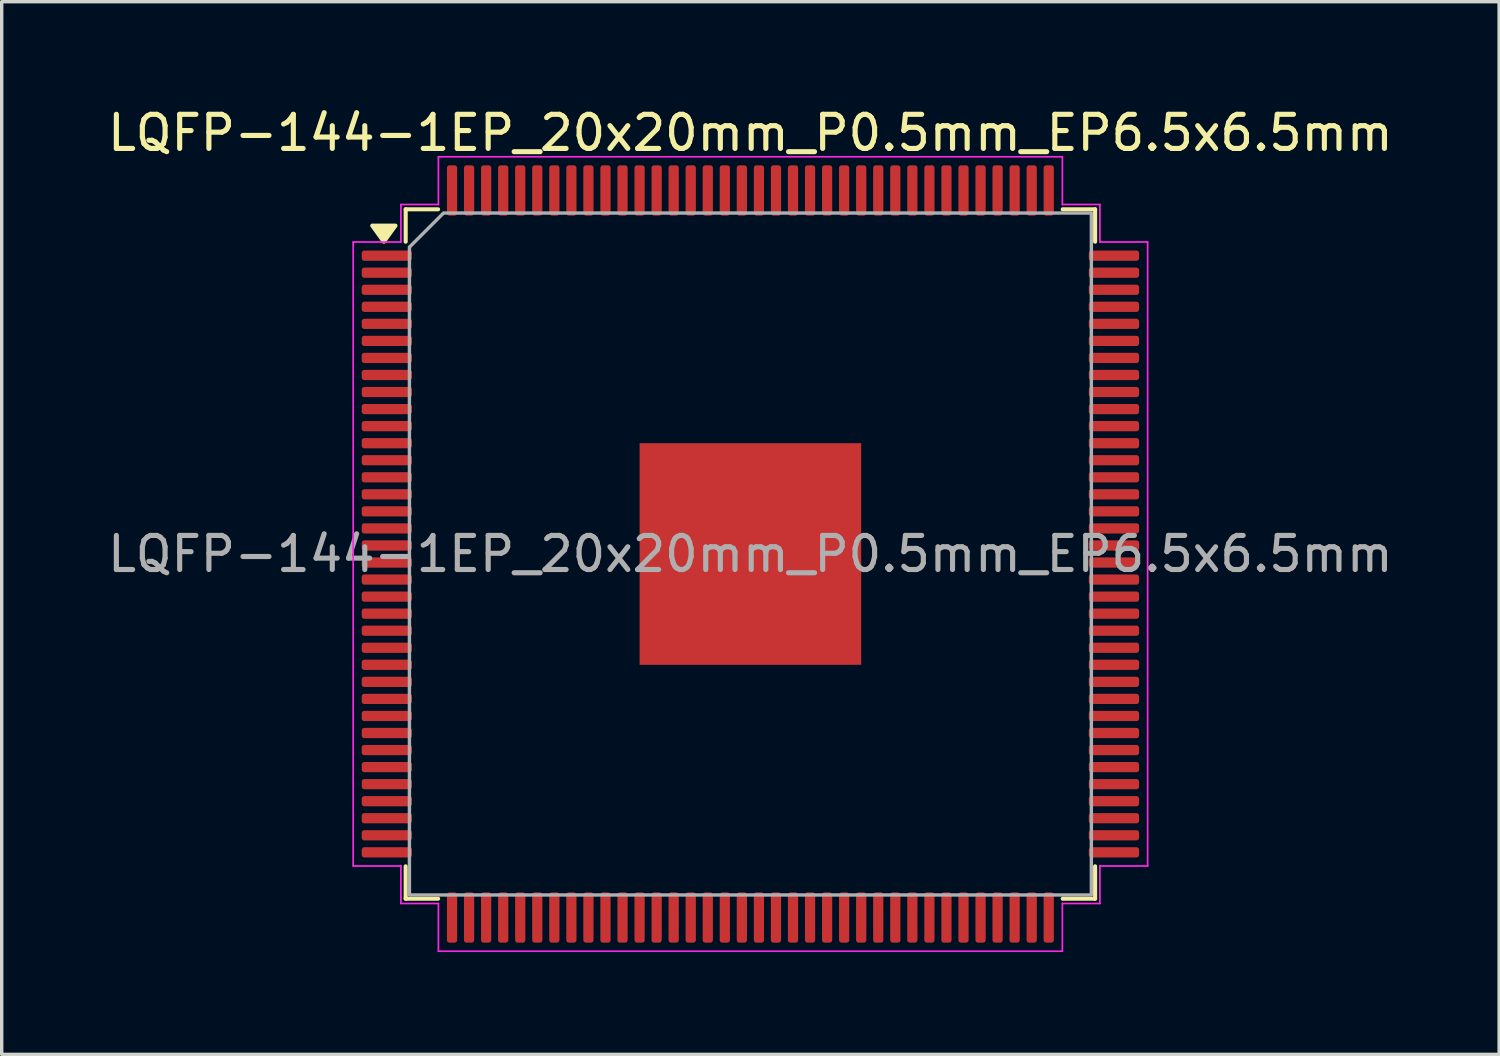
<source format=kicad_pcb>
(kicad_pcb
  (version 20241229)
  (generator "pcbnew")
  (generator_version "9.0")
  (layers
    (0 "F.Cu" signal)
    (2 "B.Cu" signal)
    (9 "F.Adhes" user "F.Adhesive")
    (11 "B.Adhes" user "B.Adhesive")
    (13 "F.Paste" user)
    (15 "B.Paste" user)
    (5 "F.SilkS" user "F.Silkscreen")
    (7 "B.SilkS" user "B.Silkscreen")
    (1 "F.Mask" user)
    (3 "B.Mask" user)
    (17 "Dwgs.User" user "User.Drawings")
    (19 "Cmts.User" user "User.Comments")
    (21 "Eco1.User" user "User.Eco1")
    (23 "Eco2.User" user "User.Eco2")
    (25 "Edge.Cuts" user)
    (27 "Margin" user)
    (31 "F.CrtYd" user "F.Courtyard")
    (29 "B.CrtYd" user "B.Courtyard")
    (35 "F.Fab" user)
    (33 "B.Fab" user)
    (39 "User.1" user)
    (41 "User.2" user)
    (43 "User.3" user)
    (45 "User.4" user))
  (footprint "LQFP-144-1EP_20x20mm_P0.5mm_EP6.5x6.5mm"
    (layer "F.Cu")
    (at 18.958 13.198)
    (property "Reference" "LQFP-144-1EP_20x20mm_P0.5mm_EP6.5x6.5mm" (at 0 -12.35 0) (layer "F.SilkS") (effects (font (size 1 1) (thickness 0.15))))
    (attr smd)
    (fp_line (start -10.11 -10.11) (end -9.16 -10.11) (stroke (width 0.12) (type solid)) (layer "F.SilkS"))
    (fp_line (start -10.11 -9.16) (end -10.11 -10.11) (stroke (width 0.12) (type solid)) (layer "F.SilkS"))
    (fp_line (start -10.11 10.11) (end -10.11 9.16) (stroke (width 0.12) (type solid)) (layer "F.SilkS"))
    (fp_line (start -9.16 10.11) (end -10.11 10.11) (stroke (width 0.12) (type solid)) (layer "F.SilkS"))
    (fp_line (start 9.16 -10.11) (end 10.11 -10.11) (stroke (width 0.12) (type solid)) (layer "F.SilkS"))
    (fp_line (start 10.11 -10.11) (end 10.11 -9.16) (stroke (width 0.12) (type solid)) (layer "F.SilkS"))
    (fp_line (start 10.11 9.16) (end 10.11 10.11) (stroke (width 0.12) (type solid)) (layer "F.SilkS"))
    (fp_line (start 10.11 10.11) (end 9.16 10.11) (stroke (width 0.12) (type solid)) (layer "F.SilkS"))
    (fp_poly (pts (xy -10.75 -9.16) (xy -11.09 -9.63) (xy -10.41 -9.63)) (stroke (width 0.12) (type solid)) (fill yes) (layer "F.SilkS"))
    (fp_line (start -11.65 -9.15) (end -10.25 -9.15) (stroke (width 0.05) (type solid)) (layer "F.CrtYd"))
    (fp_line (start -11.65 9.15) (end -11.65 -9.15) (stroke (width 0.05) (type solid)) (layer "F.CrtYd"))
    (fp_line (start -10.25 -10.25) (end -9.15 -10.25) (stroke (width 0.05) (type solid)) (layer "F.CrtYd"))
    (fp_line (start -10.25 -9.15) (end -10.25 -10.25) (stroke (width 0.05) (type solid)) (layer "F.CrtYd"))
    (fp_line (start -10.25 9.15) (end -11.65 9.15) (stroke (width 0.05) (type solid)) (layer "F.CrtYd"))
    (fp_line (start -10.25 10.25) (end -10.25 9.15) (stroke (width 0.05) (type solid)) (layer "F.CrtYd"))
    (fp_line (start -9.15 -11.65) (end 9.15 -11.65) (stroke (width 0.05) (type solid)) (layer "F.CrtYd"))
    (fp_line (start -9.15 -10.25) (end -9.15 -11.65) (stroke (width 0.05) (type solid)) (layer "F.CrtYd"))
    (fp_line (start -9.15 10.25) (end -10.25 10.25) (stroke (width 0.05) (type solid)) (layer "F.CrtYd"))
    (fp_line (start -9.15 11.65) (end -9.15 10.25) (stroke (width 0.05) (type solid)) (layer "F.CrtYd"))
    (fp_line (start 9.15 -11.65) (end 9.15 -10.25) (stroke (width 0.05) (type solid)) (layer "F.CrtYd"))
    (fp_line (start 9.15 -10.25) (end 10.25 -10.25) (stroke (width 0.05) (type solid)) (layer "F.CrtYd"))
    (fp_line (start 9.15 10.25) (end 9.15 11.65) (stroke (width 0.05) (type solid)) (layer "F.CrtYd"))
    (fp_line (start 9.15 11.65) (end -9.15 11.65) (stroke (width 0.05) (type solid)) (layer "F.CrtYd"))
    (fp_line (start 10.25 -10.25) (end 10.25 -9.15) (stroke (width 0.05) (type solid)) (layer "F.CrtYd"))
    (fp_line (start 10.25 -9.15) (end 11.65 -9.15) (stroke (width 0.05) (type solid)) (layer "F.CrtYd"))
    (fp_line (start 10.25 9.15) (end 10.25 10.25) (stroke (width 0.05) (type solid)) (layer "F.CrtYd"))
    (fp_line (start 10.25 10.25) (end 9.15 10.25) (stroke (width 0.05) (type solid)) (layer "F.CrtYd"))
    (fp_line (start 11.65 -9.15) (end 11.65 9.15) (stroke (width 0.05) (type solid)) (layer "F.CrtYd"))
    (fp_line (start 11.65 9.15) (end 10.25 9.15) (stroke (width 0.05) (type solid)) (layer "F.CrtYd"))
    (fp_poly (pts (xy -10 -9) (xy -10 10) (xy 10 10) (xy 10 -10) (xy -9 -10)) (stroke (width 0.1) (type solid)) (fill no) (layer "F.Fab"))
    (fp_text user "${REFERENCE}" (at 0 0 0) (layer "F.Fab") (effects (font (size 1 1) (thickness 0.15))))
    (pad "" smd roundrect (at -2.17 -2.17) (size 1.75 1.75) (layers "F.Paste") (roundrect_rratio 0.143))
    (pad "" smd roundrect (at -2.17 0) (size 1.75 1.75) (layers "F.Paste") (roundrect_rratio 0.143))
    (pad "" smd roundrect (at -2.17 2.17) (size 1.75 1.75) (layers "F.Paste") (roundrect_rratio 0.143))
    (pad "" smd roundrect (at 0 -2.17) (size 1.75 1.75) (layers "F.Paste") (roundrect_rratio 0.143))
    (pad "" smd roundrect (at 0 0) (size 1.75 1.75) (layers "F.Paste") (roundrect_rratio 0.143))
    (pad "" smd roundrect (at 0 2.17) (size 1.75 1.75) (layers "F.Paste") (roundrect_rratio 0.143))
    (pad "" smd roundrect (at 2.17 -2.17) (size 1.75 1.75) (layers "F.Paste") (roundrect_rratio 0.143))
    (pad "" smd roundrect (at 2.17 0) (size 1.75 1.75) (layers "F.Paste") (roundrect_rratio 0.143))
    (pad "" smd roundrect (at 2.17 2.17) (size 1.75 1.75) (layers "F.Paste") (roundrect_rratio 0.143))
    (pad "1" smd roundrect (at -10.662 -8.75) (size 1.475 0.3) (layers "F.Cu" "F.Mask" "F.Paste") (roundrect_rratio 0.25))
    (pad "2" smd roundrect (at -10.662 -8.25) (size 1.475 0.3) (layers "F.Cu" "F.Mask" "F.Paste") (roundrect_rratio 0.25))
    (pad "3" smd roundrect (at -10.662 -7.75) (size 1.475 0.3) (layers "F.Cu" "F.Mask" "F.Paste") (roundrect_rratio 0.25))
    (pad "4" smd roundrect (at -10.662 -7.25) (size 1.475 0.3) (layers "F.Cu" "F.Mask" "F.Paste") (roundrect_rratio 0.25))
    (pad "5" smd roundrect (at -10.662 -6.75) (size 1.475 0.3) (layers "F.Cu" "F.Mask" "F.Paste") (roundrect_rratio 0.25))
    (pad "6" smd roundrect (at -10.662 -6.25) (size 1.475 0.3) (layers "F.Cu" "F.Mask" "F.Paste") (roundrect_rratio 0.25))
    (pad "7" smd roundrect (at -10.662 -5.75) (size 1.475 0.3) (layers "F.Cu" "F.Mask" "F.Paste") (roundrect_rratio 0.25))
    (pad "8" smd roundrect (at -10.662 -5.25) (size 1.475 0.3) (layers "F.Cu" "F.Mask" "F.Paste") (roundrect_rratio 0.25))
    (pad "9" smd roundrect (at -10.662 -4.75) (size 1.475 0.3) (layers "F.Cu" "F.Mask" "F.Paste") (roundrect_rratio 0.25))
    (pad "10" smd roundrect (at -10.662 -4.25) (size 1.475 0.3) (layers "F.Cu" "F.Mask" "F.Paste") (roundrect_rratio 0.25))
    (pad "11" smd roundrect (at -10.662 -3.75) (size 1.475 0.3) (layers "F.Cu" "F.Mask" "F.Paste") (roundrect_rratio 0.25))
    (pad "12" smd roundrect (at -10.662 -3.25) (size 1.475 0.3) (layers "F.Cu" "F.Mask" "F.Paste") (roundrect_rratio 0.25))
    (pad "13" smd roundrect (at -10.662 -2.75) (size 1.475 0.3) (layers "F.Cu" "F.Mask" "F.Paste") (roundrect_rratio 0.25))
    (pad "14" smd roundrect (at -10.662 -2.25) (size 1.475 0.3) (layers "F.Cu" "F.Mask" "F.Paste") (roundrect_rratio 0.25))
    (pad "15" smd roundrect (at -10.662 -1.75) (size 1.475 0.3) (layers "F.Cu" "F.Mask" "F.Paste") (roundrect_rratio 0.25))
    (pad "16" smd roundrect (at -10.662 -1.25) (size 1.475 0.3) (layers "F.Cu" "F.Mask" "F.Paste") (roundrect_rratio 0.25))
    (pad "17" smd roundrect (at -10.662 -0.75) (size 1.475 0.3) (layers "F.Cu" "F.Mask" "F.Paste") (roundrect_rratio 0.25))
    (pad "18" smd roundrect (at -10.662 -0.25) (size 1.475 0.3) (layers "F.Cu" "F.Mask" "F.Paste") (roundrect_rratio 0.25))
    (pad "19" smd roundrect (at -10.662 0.25) (size 1.475 0.3) (layers "F.Cu" "F.Mask" "F.Paste") (roundrect_rratio 0.25))
    (pad "20" smd roundrect (at -10.662 0.75) (size 1.475 0.3) (layers "F.Cu" "F.Mask" "F.Paste") (roundrect_rratio 0.25))
    (pad "21" smd roundrect (at -10.662 1.25) (size 1.475 0.3) (layers "F.Cu" "F.Mask" "F.Paste") (roundrect_rratio 0.25))
    (pad "22" smd roundrect (at -10.662 1.75) (size 1.475 0.3) (layers "F.Cu" "F.Mask" "F.Paste") (roundrect_rratio 0.25))
    (pad "23" smd roundrect (at -10.662 2.25) (size 1.475 0.3) (layers "F.Cu" "F.Mask" "F.Paste") (roundrect_rratio 0.25))
    (pad "24" smd roundrect (at -10.662 2.75) (size 1.475 0.3) (layers "F.Cu" "F.Mask" "F.Paste") (roundrect_rratio 0.25))
    (pad "25" smd roundrect (at -10.662 3.25) (size 1.475 0.3) (layers "F.Cu" "F.Mask" "F.Paste") (roundrect_rratio 0.25))
    (pad "26" smd roundrect (at -10.662 3.75) (size 1.475 0.3) (layers "F.Cu" "F.Mask" "F.Paste") (roundrect_rratio 0.25))
    (pad "27" smd roundrect (at -10.662 4.25) (size 1.475 0.3) (layers "F.Cu" "F.Mask" "F.Paste") (roundrect_rratio 0.25))
    (pad "28" smd roundrect (at -10.662 4.75) (size 1.475 0.3) (layers "F.Cu" "F.Mask" "F.Paste") (roundrect_rratio 0.25))
    (pad "29" smd roundrect (at -10.662 5.25) (size 1.475 0.3) (layers "F.Cu" "F.Mask" "F.Paste") (roundrect_rratio 0.25))
    (pad "30" smd roundrect (at -10.662 5.75) (size 1.475 0.3) (layers "F.Cu" "F.Mask" "F.Paste") (roundrect_rratio 0.25))
    (pad "31" smd roundrect (at -10.662 6.25) (size 1.475 0.3) (layers "F.Cu" "F.Mask" "F.Paste") (roundrect_rratio 0.25))
    (pad "32" smd roundrect (at -10.662 6.75) (size 1.475 0.3) (layers "F.Cu" "F.Mask" "F.Paste") (roundrect_rratio 0.25))
    (pad "33" smd roundrect (at -10.662 7.25) (size 1.475 0.3) (layers "F.Cu" "F.Mask" "F.Paste") (roundrect_rratio 0.25))
    (pad "34" smd roundrect (at -10.662 7.75) (size 1.475 0.3) (layers "F.Cu" "F.Mask" "F.Paste") (roundrect_rratio 0.25))
    (pad "35" smd roundrect (at -10.662 8.25) (size 1.475 0.3) (layers "F.Cu" "F.Mask" "F.Paste") (roundrect_rratio 0.25))
    (pad "36" smd roundrect (at -10.662 8.75) (size 1.475 0.3) (layers "F.Cu" "F.Mask" "F.Paste") (roundrect_rratio 0.25))
    (pad "37" smd roundrect (at -8.75 10.662) (size 0.3 1.475) (layers "F.Cu" "F.Mask" "F.Paste") (roundrect_rratio 0.25))
    (pad "38" smd roundrect (at -8.25 10.662) (size 0.3 1.475) (layers "F.Cu" "F.Mask" "F.Paste") (roundrect_rratio 0.25))
    (pad "39" smd roundrect (at -7.75 10.662) (size 0.3 1.475) (layers "F.Cu" "F.Mask" "F.Paste") (roundrect_rratio 0.25))
    (pad "40" smd roundrect (at -7.25 10.662) (size 0.3 1.475) (layers "F.Cu" "F.Mask" "F.Paste") (roundrect_rratio 0.25))
    (pad "41" smd roundrect (at -6.75 10.662) (size 0.3 1.475) (layers "F.Cu" "F.Mask" "F.Paste") (roundrect_rratio 0.25))
    (pad "42" smd roundrect (at -6.25 10.662) (size 0.3 1.475) (layers "F.Cu" "F.Mask" "F.Paste") (roundrect_rratio 0.25))
    (pad "43" smd roundrect (at -5.75 10.662) (size 0.3 1.475) (layers "F.Cu" "F.Mask" "F.Paste") (roundrect_rratio 0.25))
    (pad "44" smd roundrect (at -5.25 10.662) (size 0.3 1.475) (layers "F.Cu" "F.Mask" "F.Paste") (roundrect_rratio 0.25))
    (pad "45" smd roundrect (at -4.75 10.662) (size 0.3 1.475) (layers "F.Cu" "F.Mask" "F.Paste") (roundrect_rratio 0.25))
    (pad "46" smd roundrect (at -4.25 10.662) (size 0.3 1.475) (layers "F.Cu" "F.Mask" "F.Paste") (roundrect_rratio 0.25))
    (pad "47" smd roundrect (at -3.75 10.662) (size 0.3 1.475) (layers "F.Cu" "F.Mask" "F.Paste") (roundrect_rratio 0.25))
    (pad "48" smd roundrect (at -3.25 10.662) (size 0.3 1.475) (layers "F.Cu" "F.Mask" "F.Paste") (roundrect_rratio 0.25))
    (pad "49" smd roundrect (at -2.75 10.662) (size 0.3 1.475) (layers "F.Cu" "F.Mask" "F.Paste") (roundrect_rratio 0.25))
    (pad "50" smd roundrect (at -2.25 10.662) (size 0.3 1.475) (layers "F.Cu" "F.Mask" "F.Paste") (roundrect_rratio 0.25))
    (pad "51" smd roundrect (at -1.75 10.662) (size 0.3 1.475) (layers "F.Cu" "F.Mask" "F.Paste") (roundrect_rratio 0.25))
    (pad "52" smd roundrect (at -1.25 10.662) (size 0.3 1.475) (layers "F.Cu" "F.Mask" "F.Paste") (roundrect_rratio 0.25))
    (pad "53" smd roundrect (at -0.75 10.662) (size 0.3 1.475) (layers "F.Cu" "F.Mask" "F.Paste") (roundrect_rratio 0.25))
    (pad "54" smd roundrect (at -0.25 10.662) (size 0.3 1.475) (layers "F.Cu" "F.Mask" "F.Paste") (roundrect_rratio 0.25))
    (pad "55" smd roundrect (at 0.25 10.662) (size 0.3 1.475) (layers "F.Cu" "F.Mask" "F.Paste") (roundrect_rratio 0.25))
    (pad "56" smd roundrect (at 0.75 10.662) (size 0.3 1.475) (layers "F.Cu" "F.Mask" "F.Paste") (roundrect_rratio 0.25))
    (pad "57" smd roundrect (at 1.25 10.662) (size 0.3 1.475) (layers "F.Cu" "F.Mask" "F.Paste") (roundrect_rratio 0.25))
    (pad "58" smd roundrect (at 1.75 10.662) (size 0.3 1.475) (layers "F.Cu" "F.Mask" "F.Paste") (roundrect_rratio 0.25))
    (pad "59" smd roundrect (at 2.25 10.662) (size 0.3 1.475) (layers "F.Cu" "F.Mask" "F.Paste") (roundrect_rratio 0.25))
    (pad "60" smd roundrect (at 2.75 10.662) (size 0.3 1.475) (layers "F.Cu" "F.Mask" "F.Paste") (roundrect_rratio 0.25))
    (pad "61" smd roundrect (at 3.25 10.662) (size 0.3 1.475) (layers "F.Cu" "F.Mask" "F.Paste") (roundrect_rratio 0.25))
    (pad "62" smd roundrect (at 3.75 10.662) (size 0.3 1.475) (layers "F.Cu" "F.Mask" "F.Paste") (roundrect_rratio 0.25))
    (pad "63" smd roundrect (at 4.25 10.662) (size 0.3 1.475) (layers "F.Cu" "F.Mask" "F.Paste") (roundrect_rratio 0.25))
    (pad "64" smd roundrect (at 4.75 10.662) (size 0.3 1.475) (layers "F.Cu" "F.Mask" "F.Paste") (roundrect_rratio 0.25))
    (pad "65" smd roundrect (at 5.25 10.662) (size 0.3 1.475) (layers "F.Cu" "F.Mask" "F.Paste") (roundrect_rratio 0.25))
    (pad "66" smd roundrect (at 5.75 10.662) (size 0.3 1.475) (layers "F.Cu" "F.Mask" "F.Paste") (roundrect_rratio 0.25))
    (pad "67" smd roundrect (at 6.25 10.662) (size 0.3 1.475) (layers "F.Cu" "F.Mask" "F.Paste") (roundrect_rratio 0.25))
    (pad "68" smd roundrect (at 6.75 10.662) (size 0.3 1.475) (layers "F.Cu" "F.Mask" "F.Paste") (roundrect_rratio 0.25))
    (pad "69" smd roundrect (at 7.25 10.662) (size 0.3 1.475) (layers "F.Cu" "F.Mask" "F.Paste") (roundrect_rratio 0.25))
    (pad "70" smd roundrect (at 7.75 10.662) (size 0.3 1.475) (layers "F.Cu" "F.Mask" "F.Paste") (roundrect_rratio 0.25))
    (pad "71" smd roundrect (at 8.25 10.662) (size 0.3 1.475) (layers "F.Cu" "F.Mask" "F.Paste") (roundrect_rratio 0.25))
    (pad "72" smd roundrect (at 8.75 10.662) (size 0.3 1.475) (layers "F.Cu" "F.Mask" "F.Paste") (roundrect_rratio 0.25))
    (pad "73" smd roundrect (at 10.662 8.75) (size 1.475 0.3) (layers "F.Cu" "F.Mask" "F.Paste") (roundrect_rratio 0.25))
    (pad "74" smd roundrect (at 10.662 8.25) (size 1.475 0.3) (layers "F.Cu" "F.Mask" "F.Paste") (roundrect_rratio 0.25))
    (pad "75" smd roundrect (at 10.662 7.75) (size 1.475 0.3) (layers "F.Cu" "F.Mask" "F.Paste") (roundrect_rratio 0.25))
    (pad "76" smd roundrect (at 10.662 7.25) (size 1.475 0.3) (layers "F.Cu" "F.Mask" "F.Paste") (roundrect_rratio 0.25))
    (pad "77" smd roundrect (at 10.662 6.75) (size 1.475 0.3) (layers "F.Cu" "F.Mask" "F.Paste") (roundrect_rratio 0.25))
    (pad "78" smd roundrect (at 10.662 6.25) (size 1.475 0.3) (layers "F.Cu" "F.Mask" "F.Paste") (roundrect_rratio 0.25))
    (pad "79" smd roundrect (at 10.662 5.75) (size 1.475 0.3) (layers "F.Cu" "F.Mask" "F.Paste") (roundrect_rratio 0.25))
    (pad "80" smd roundrect (at 10.662 5.25) (size 1.475 0.3) (layers "F.Cu" "F.Mask" "F.Paste") (roundrect_rratio 0.25))
    (pad "81" smd roundrect (at 10.662 4.75) (size 1.475 0.3) (layers "F.Cu" "F.Mask" "F.Paste") (roundrect_rratio 0.25))
    (pad "82" smd roundrect (at 10.662 4.25) (size 1.475 0.3) (layers "F.Cu" "F.Mask" "F.Paste") (roundrect_rratio 0.25))
    (pad "83" smd roundrect (at 10.662 3.75) (size 1.475 0.3) (layers "F.Cu" "F.Mask" "F.Paste") (roundrect_rratio 0.25))
    (pad "84" smd roundrect (at 10.662 3.25) (size 1.475 0.3) (layers "F.Cu" "F.Mask" "F.Paste") (roundrect_rratio 0.25))
    (pad "85" smd roundrect (at 10.662 2.75) (size 1.475 0.3) (layers "F.Cu" "F.Mask" "F.Paste") (roundrect_rratio 0.25))
    (pad "86" smd roundrect (at 10.662 2.25) (size 1.475 0.3) (layers "F.Cu" "F.Mask" "F.Paste") (roundrect_rratio 0.25))
    (pad "87" smd roundrect (at 10.662 1.75) (size 1.475 0.3) (layers "F.Cu" "F.Mask" "F.Paste") (roundrect_rratio 0.25))
    (pad "88" smd roundrect (at 10.662 1.25) (size 1.475 0.3) (layers "F.Cu" "F.Mask" "F.Paste") (roundrect_rratio 0.25))
    (pad "89" smd roundrect (at 10.662 0.75) (size 1.475 0.3) (layers "F.Cu" "F.Mask" "F.Paste") (roundrect_rratio 0.25))
    (pad "90" smd roundrect (at 10.662 0.25) (size 1.475 0.3) (layers "F.Cu" "F.Mask" "F.Paste") (roundrect_rratio 0.25))
    (pad "91" smd roundrect (at 10.662 -0.25) (size 1.475 0.3) (layers "F.Cu" "F.Mask" "F.Paste") (roundrect_rratio 0.25))
    (pad "92" smd roundrect (at 10.662 -0.75) (size 1.475 0.3) (layers "F.Cu" "F.Mask" "F.Paste") (roundrect_rratio 0.25))
    (pad "93" smd roundrect (at 10.662 -1.25) (size 1.475 0.3) (layers "F.Cu" "F.Mask" "F.Paste") (roundrect_rratio 0.25))
    (pad "94" smd roundrect (at 10.662 -1.75) (size 1.475 0.3) (layers "F.Cu" "F.Mask" "F.Paste") (roundrect_rratio 0.25))
    (pad "95" smd roundrect (at 10.662 -2.25) (size 1.475 0.3) (layers "F.Cu" "F.Mask" "F.Paste") (roundrect_rratio 0.25))
    (pad "96" smd roundrect (at 10.662 -2.75) (size 1.475 0.3) (layers "F.Cu" "F.Mask" "F.Paste") (roundrect_rratio 0.25))
    (pad "97" smd roundrect (at 10.662 -3.25) (size 1.475 0.3) (layers "F.Cu" "F.Mask" "F.Paste") (roundrect_rratio 0.25))
    (pad "98" smd roundrect (at 10.662 -3.75) (size 1.475 0.3) (layers "F.Cu" "F.Mask" "F.Paste") (roundrect_rratio 0.25))
    (pad "99" smd roundrect (at 10.662 -4.25) (size 1.475 0.3) (layers "F.Cu" "F.Mask" "F.Paste") (roundrect_rratio 0.25))
    (pad "100" smd roundrect (at 10.662 -4.75) (size 1.475 0.3) (layers "F.Cu" "F.Mask" "F.Paste") (roundrect_rratio 0.25))
    (pad "101" smd roundrect (at 10.662 -5.25) (size 1.475 0.3) (layers "F.Cu" "F.Mask" "F.Paste") (roundrect_rratio 0.25))
    (pad "102" smd roundrect (at 10.662 -5.75) (size 1.475 0.3) (layers "F.Cu" "F.Mask" "F.Paste") (roundrect_rratio 0.25))
    (pad "103" smd roundrect (at 10.662 -6.25) (size 1.475 0.3) (layers "F.Cu" "F.Mask" "F.Paste") (roundrect_rratio 0.25))
    (pad "104" smd roundrect (at 10.662 -6.75) (size 1.475 0.3) (layers "F.Cu" "F.Mask" "F.Paste") (roundrect_rratio 0.25))
    (pad "105" smd roundrect (at 10.662 -7.25) (size 1.475 0.3) (layers "F.Cu" "F.Mask" "F.Paste") (roundrect_rratio 0.25))
    (pad "106" smd roundrect (at 10.662 -7.75) (size 1.475 0.3) (layers "F.Cu" "F.Mask" "F.Paste") (roundrect_rratio 0.25))
    (pad "107" smd roundrect (at 10.662 -8.25) (size 1.475 0.3) (layers "F.Cu" "F.Mask" "F.Paste") (roundrect_rratio 0.25))
    (pad "108" smd roundrect (at 10.662 -8.75) (size 1.475 0.3) (layers "F.Cu" "F.Mask" "F.Paste") (roundrect_rratio 0.25))
    (pad "109" smd roundrect (at 8.75 -10.662) (size 0.3 1.475) (layers "F.Cu" "F.Mask" "F.Paste") (roundrect_rratio 0.25))
    (pad "110" smd roundrect (at 8.25 -10.662) (size 0.3 1.475) (layers "F.Cu" "F.Mask" "F.Paste") (roundrect_rratio 0.25))
    (pad "111" smd roundrect (at 7.75 -10.662) (size 0.3 1.475) (layers "F.Cu" "F.Mask" "F.Paste") (roundrect_rratio 0.25))
    (pad "112" smd roundrect (at 7.25 -10.662) (size 0.3 1.475) (layers "F.Cu" "F.Mask" "F.Paste") (roundrect_rratio 0.25))
    (pad "113" smd roundrect (at 6.75 -10.662) (size 0.3 1.475) (layers "F.Cu" "F.Mask" "F.Paste") (roundrect_rratio 0.25))
    (pad "114" smd roundrect (at 6.25 -10.662) (size 0.3 1.475) (layers "F.Cu" "F.Mask" "F.Paste") (roundrect_rratio 0.25))
    (pad "115" smd roundrect (at 5.75 -10.662) (size 0.3 1.475) (layers "F.Cu" "F.Mask" "F.Paste") (roundrect_rratio 0.25))
    (pad "116" smd roundrect (at 5.25 -10.662) (size 0.3 1.475) (layers "F.Cu" "F.Mask" "F.Paste") (roundrect_rratio 0.25))
    (pad "117" smd roundrect (at 4.75 -10.662) (size 0.3 1.475) (layers "F.Cu" "F.Mask" "F.Paste") (roundrect_rratio 0.25))
    (pad "118" smd roundrect (at 4.25 -10.662) (size 0.3 1.475) (layers "F.Cu" "F.Mask" "F.Paste") (roundrect_rratio 0.25))
    (pad "119" smd roundrect (at 3.75 -10.662) (size 0.3 1.475) (layers "F.Cu" "F.Mask" "F.Paste") (roundrect_rratio 0.25))
    (pad "120" smd roundrect (at 3.25 -10.662) (size 0.3 1.475) (layers "F.Cu" "F.Mask" "F.Paste") (roundrect_rratio 0.25))
    (pad "121" smd roundrect (at 2.75 -10.662) (size 0.3 1.475) (layers "F.Cu" "F.Mask" "F.Paste") (roundrect_rratio 0.25))
    (pad "122" smd roundrect (at 2.25 -10.662) (size 0.3 1.475) (layers "F.Cu" "F.Mask" "F.Paste") (roundrect_rratio 0.25))
    (pad "123" smd roundrect (at 1.75 -10.662) (size 0.3 1.475) (layers "F.Cu" "F.Mask" "F.Paste") (roundrect_rratio 0.25))
    (pad "124" smd roundrect (at 1.25 -10.662) (size 0.3 1.475) (layers "F.Cu" "F.Mask" "F.Paste") (roundrect_rratio 0.25))
    (pad "125" smd roundrect (at 0.75 -10.662) (size 0.3 1.475) (layers "F.Cu" "F.Mask" "F.Paste") (roundrect_rratio 0.25))
    (pad "126" smd roundrect (at 0.25 -10.662) (size 0.3 1.475) (layers "F.Cu" "F.Mask" "F.Paste") (roundrect_rratio 0.25))
    (pad "127" smd roundrect (at -0.25 -10.662) (size 0.3 1.475) (layers "F.Cu" "F.Mask" "F.Paste") (roundrect_rratio 0.25))
    (pad "128" smd roundrect (at -0.75 -10.662) (size 0.3 1.475) (layers "F.Cu" "F.Mask" "F.Paste") (roundrect_rratio 0.25))
    (pad "129" smd roundrect (at -1.25 -10.662) (size 0.3 1.475) (layers "F.Cu" "F.Mask" "F.Paste") (roundrect_rratio 0.25))
    (pad "130" smd roundrect (at -1.75 -10.662) (size 0.3 1.475) (layers "F.Cu" "F.Mask" "F.Paste") (roundrect_rratio 0.25))
    (pad "131" smd roundrect (at -2.25 -10.662) (size 0.3 1.475) (layers "F.Cu" "F.Mask" "F.Paste") (roundrect_rratio 0.25))
    (pad "132" smd roundrect (at -2.75 -10.662) (size 0.3 1.475) (layers "F.Cu" "F.Mask" "F.Paste") (roundrect_rratio 0.25))
    (pad "133" smd roundrect (at -3.25 -10.662) (size 0.3 1.475) (layers "F.Cu" "F.Mask" "F.Paste") (roundrect_rratio 0.25))
    (pad "134" smd roundrect (at -3.75 -10.662) (size 0.3 1.475) (layers "F.Cu" "F.Mask" "F.Paste") (roundrect_rratio 0.25))
    (pad "135" smd roundrect (at -4.25 -10.662) (size 0.3 1.475) (layers "F.Cu" "F.Mask" "F.Paste") (roundrect_rratio 0.25))
    (pad "136" smd roundrect (at -4.75 -10.662) (size 0.3 1.475) (layers "F.Cu" "F.Mask" "F.Paste") (roundrect_rratio 0.25))
    (pad "137" smd roundrect (at -5.25 -10.662) (size 0.3 1.475) (layers "F.Cu" "F.Mask" "F.Paste") (roundrect_rratio 0.25))
    (pad "138" smd roundrect (at -5.75 -10.662) (size 0.3 1.475) (layers "F.Cu" "F.Mask" "F.Paste") (roundrect_rratio 0.25))
    (pad "139" smd roundrect (at -6.25 -10.662) (size 0.3 1.475) (layers "F.Cu" "F.Mask" "F.Paste") (roundrect_rratio 0.25))
    (pad "140" smd roundrect (at -6.75 -10.662) (size 0.3 1.475) (layers "F.Cu" "F.Mask" "F.Paste") (roundrect_rratio 0.25))
    (pad "141" smd roundrect (at -7.25 -10.662) (size 0.3 1.475) (layers "F.Cu" "F.Mask" "F.Paste") (roundrect_rratio 0.25))
    (pad "142" smd roundrect (at -7.75 -10.662) (size 0.3 1.475) (layers "F.Cu" "F.Mask" "F.Paste") (roundrect_rratio 0.25))
    (pad "143" smd roundrect (at -8.25 -10.662) (size 0.3 1.475) (layers "F.Cu" "F.Mask" "F.Paste") (roundrect_rratio 0.25))
    (pad "144" smd roundrect (at -8.75 -10.662) (size 0.3 1.475) (layers "F.Cu" "F.Mask" "F.Paste") (roundrect_rratio 0.25))
    (pad "145" smd rect (at 0 0) (size 6.5 6.5) (property pad_prop_heatsink) (layers "F.Cu" "F.Mask")))
  (gr_rect
    (start -3 -3)
    (end 40.917 27.873)
    (stroke (width 0.1) (type default))
    (fill no)
    (layer "Edge.Cuts")))
</source>
